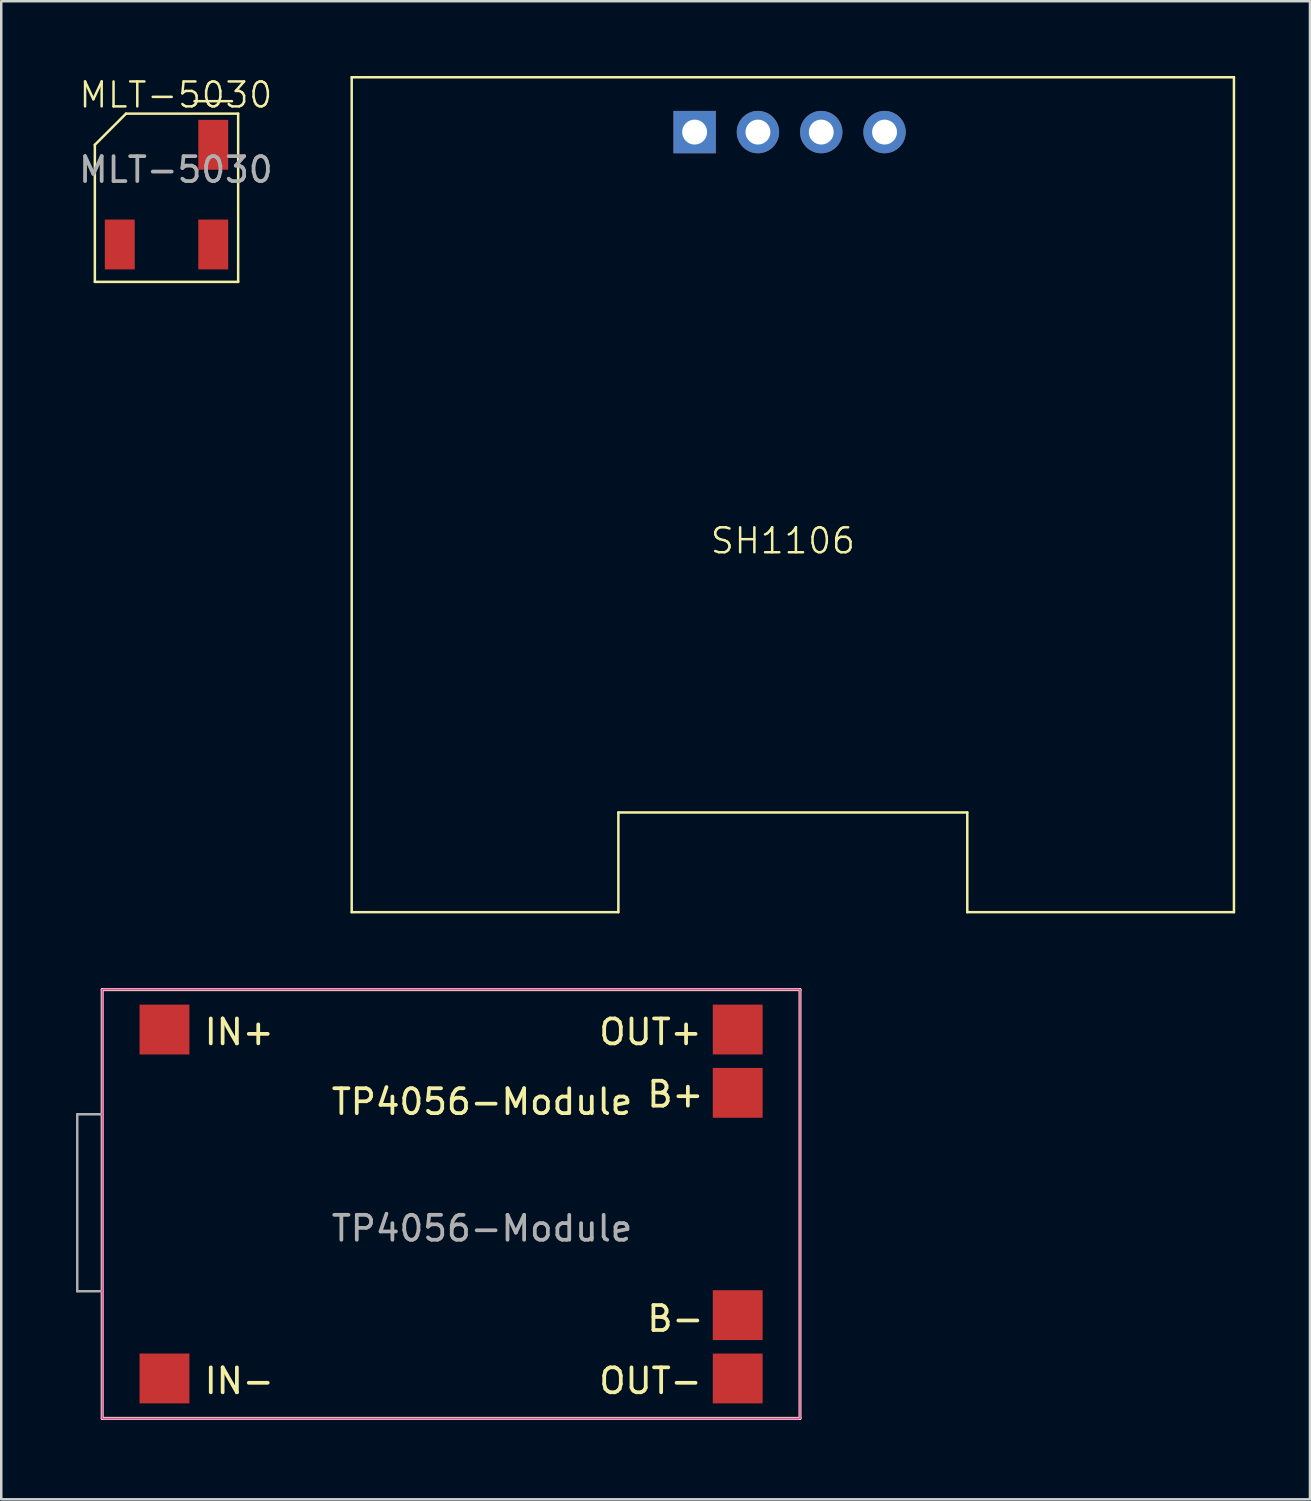
<source format=kicad_pcb>
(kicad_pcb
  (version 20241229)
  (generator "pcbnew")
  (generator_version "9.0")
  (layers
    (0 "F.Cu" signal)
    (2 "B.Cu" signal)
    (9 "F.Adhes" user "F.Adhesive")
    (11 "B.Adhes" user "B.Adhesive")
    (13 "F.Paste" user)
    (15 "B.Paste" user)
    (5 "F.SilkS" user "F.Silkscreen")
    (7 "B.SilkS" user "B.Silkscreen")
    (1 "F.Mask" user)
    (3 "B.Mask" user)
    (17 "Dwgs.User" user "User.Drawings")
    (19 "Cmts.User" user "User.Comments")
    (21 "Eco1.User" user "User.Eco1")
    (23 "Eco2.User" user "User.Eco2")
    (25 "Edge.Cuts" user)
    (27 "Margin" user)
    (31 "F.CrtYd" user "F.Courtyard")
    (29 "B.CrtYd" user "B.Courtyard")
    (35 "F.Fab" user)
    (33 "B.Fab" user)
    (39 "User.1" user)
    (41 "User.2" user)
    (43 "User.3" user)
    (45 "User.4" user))
  (footprint "SH1106"
    (layer "F.Cu")
    (at 28.662 19.25)
    (property "Reference" "SH1106" (at -0.3 -0.6 0) (unlocked yes) (layer "F.SilkS") (effects (font (size 1 1) (thickness 0.1))))
    (attr through_hole)
    (fp_line (start -17.6 -19.2) (end 17.8 -19.2) (stroke (width 0.1) (type default)) (layer "F.SilkS"))
    (fp_line (start -17.6 14.3) (end -17.6 -19.2) (stroke (width 0.1) (type default)) (layer "F.SilkS"))
    (fp_line (start -6.9 10.3) (end -6.9 14.3) (stroke (width 0.1) (type default)) (layer "F.SilkS"))
    (fp_line (start -6.9 14.3) (end -17.6 14.3) (stroke (width 0.1) (type default)) (layer "F.SilkS"))
    (fp_line (start 7.1 10.3) (end -6.9 10.3) (stroke (width 0.1) (type default)) (layer "F.SilkS"))
    (fp_line (start 7.1 14.3) (end 7.1 10.3) (stroke (width 0.1) (type default)) (layer "F.SilkS"))
    (fp_line (start 17.8 -19.2) (end 17.8 14.3) (stroke (width 0.1) (type default)) (layer "F.SilkS"))
    (fp_line (start 17.8 14.3) (end 7.1 14.3) (stroke (width 0.1) (type default)) (layer "F.SilkS"))
    (pad "1" thru_hole rect (at -3.84 -17) (size 1.7 1.7) (drill 1) (layers "*.Cu" "*.Mask"))
    (pad "2" thru_hole circle (at -1.3 -17) (size 1.7 1.7) (drill 1) (layers "*.Cu" "*.Mask"))
    (pad "3" thru_hole circle (at 1.24 -17) (size 1.7 1.7) (drill 1) (layers "*.Cu" "*.Mask"))
    (pad "4" thru_hole circle (at 3.78 -17) (size 1.7 1.7) (drill 1) (layers "*.Cu" "*.Mask")))
  (footprint "TP4056-Module"
    (layer "F.Cu")
    (at 1.05 53.86)
    (property "Reference" "TP4056-Module" (at 15.24 -12.7 0) (unlocked yes) (layer "F.SilkS") (effects (font (size 1 1) (thickness 0.15))))
    (attr smd)
    (fp_line (start 0 -17.2) (end 0 0) (stroke (width 0.12) (type solid)) (layer "F.SilkS"))
    (fp_line (start 0 -17.2) (end 28 -17.2) (stroke (width 0.12) (type solid)) (layer "F.SilkS"))
    (fp_line (start 0 0) (end 28 0) (stroke (width 0.12) (type solid)) (layer "F.SilkS"))
    (fp_line (start 28 -17.2) (end 28 0) (stroke (width 0.12) (type solid)) (layer "F.SilkS"))
    (fp_line (start 0 -17.2) (end 28 -17.2) (stroke (width 0.05) (type solid)) (layer "F.CrtYd"))
    (fp_line (start 0 0) (end 0 -17.2) (stroke (width 0.05) (type solid)) (layer "F.CrtYd"))
    (fp_line (start 28 -17.2) (end 28 0) (stroke (width 0.05) (type solid)) (layer "F.CrtYd"))
    (fp_line (start 28 0) (end 0 0) (stroke (width 0.05) (type solid)) (layer "F.CrtYd"))
    (fp_line (start -1 -12.2) (end -1 -5.1) (stroke (width 0.1) (type solid)) (layer "F.Fab"))
    (fp_line (start -1 -5.1) (end 0 -5.1) (stroke (width 0.1) (type solid)) (layer "F.Fab"))
    (fp_line (start 0 -12.2) (end -1 -12.2) (stroke (width 0.1) (type solid)) (layer "F.Fab"))
    (fp_text user "B+" (at 23 -13 0) (unlocked yes) (layer "F.SilkS") (effects (font (size 1 1) (thickness 0.15))))
    (fp_text user "IN-" (at 5.5 -1.5 0) (unlocked yes) (layer "F.SilkS") (effects (font (size 1 1) (thickness 0.15))))
    (fp_text user "OUT-" (at 22 -1.5 0) (unlocked yes) (layer "F.SilkS") (effects (font (size 1 1) (thickness 0.15))))
    (fp_text user "IN+" (at 5.5 -15.5 0) (unlocked yes) (layer "F.SilkS") (effects (font (size 1 1) (thickness 0.15))))
    (fp_text user "B-" (at 23 -4 0) (unlocked yes) (layer "F.SilkS") (effects (font (size 1 1) (thickness 0.15))))
    (fp_text user "OUT+" (at 22 -15.5 0) (unlocked yes) (layer "F.SilkS") (effects (font (size 1 1) (thickness 0.15))))
    (fp_text user "${REFERENCE}" (at 15.24 -7.62 0) (unlocked yes) (layer "F.Fab") (effects (font (size 1 1) (thickness 0.15))))
    (pad "1" smd rect (at 2.5 -15.6) (size 2 2) (layers "F.Cu" "F.Mask" "F.Paste"))
    (pad "2" smd rect (at 2.5 -1.6) (size 2 2) (layers "F.Cu" "F.Mask" "F.Paste"))
    (pad "3" smd rect (at 25.5 -15.6) (size 2 2) (layers "F.Cu" "F.Mask" "F.Paste"))
    (pad "4" smd rect (at 25.5 -1.6) (size 2 2) (layers "F.Cu" "F.Mask" "F.Paste"))
    (pad "5" smd rect (at 25.5 -13.06) (size 2 2) (layers "F.Cu" "F.Mask" "F.Paste"))
    (pad "6" smd rect (at 25.5 -4.14) (size 2 2) (layers "F.Cu" "F.Mask" "F.Paste")))
  (footprint "MLT-5030"
    (layer "F.Cu")
    (at 4.006 1.26)
    (property "Reference" "MLT-5030" (at 0 -0.5 0) (unlocked yes) (layer "F.SilkS") (effects (font (size 1 1) (thickness 0.1))))
    (attr through_hole)
    (fp_line (start -3.25 1.5) (end -2 0.25) (stroke (width 0.1) (type default)) (layer "F.SilkS"))
    (fp_line (start -3.25 7) (end -3.25 1.5) (stroke (width 0.1) (type default)) (layer "F.SilkS"))
    (fp_line (start -2 0.25) (end 2.5 0.25) (stroke (width 0.1) (type default)) (layer "F.SilkS"))
    (fp_line (start 0.75 -0.25) (end 2.25 -0.25) (stroke (width 0.1) (type default)) (layer "F.SilkS"))
    (fp_line (start 2.5 0.25) (end 2.5 7) (stroke (width 0.1) (type default)) (layer "F.SilkS"))
    (fp_line (start 2.5 7) (end -3.25 7) (stroke (width 0.1) (type default)) (layer "F.SilkS"))
    (fp_text user "${REFERENCE}" (at 0 2.5 0) (unlocked yes) (layer "F.Fab") (effects (font (size 1 1) (thickness 0.15))))
    (pad "" smd rect (at -2.25 5.5) (size 1.2 2) (layers "F.Cu" "F.Mask" "F.Paste"))
    (pad "1" smd rect (at 1.5 5.5) (size 1.2 2) (layers "F.Cu" "F.Mask" "F.Paste"))
    (pad "2" smd rect (at 1.5 1.5) (size 1.2 2) (layers "F.Cu" "F.Mask" "F.Paste")))
  (gr_rect
    (start -3 -3)
    (end 49.512 57.11)
    (stroke (width 0.1) (type default))
    (fill no)
    (layer "Edge.Cuts")))
</source>
